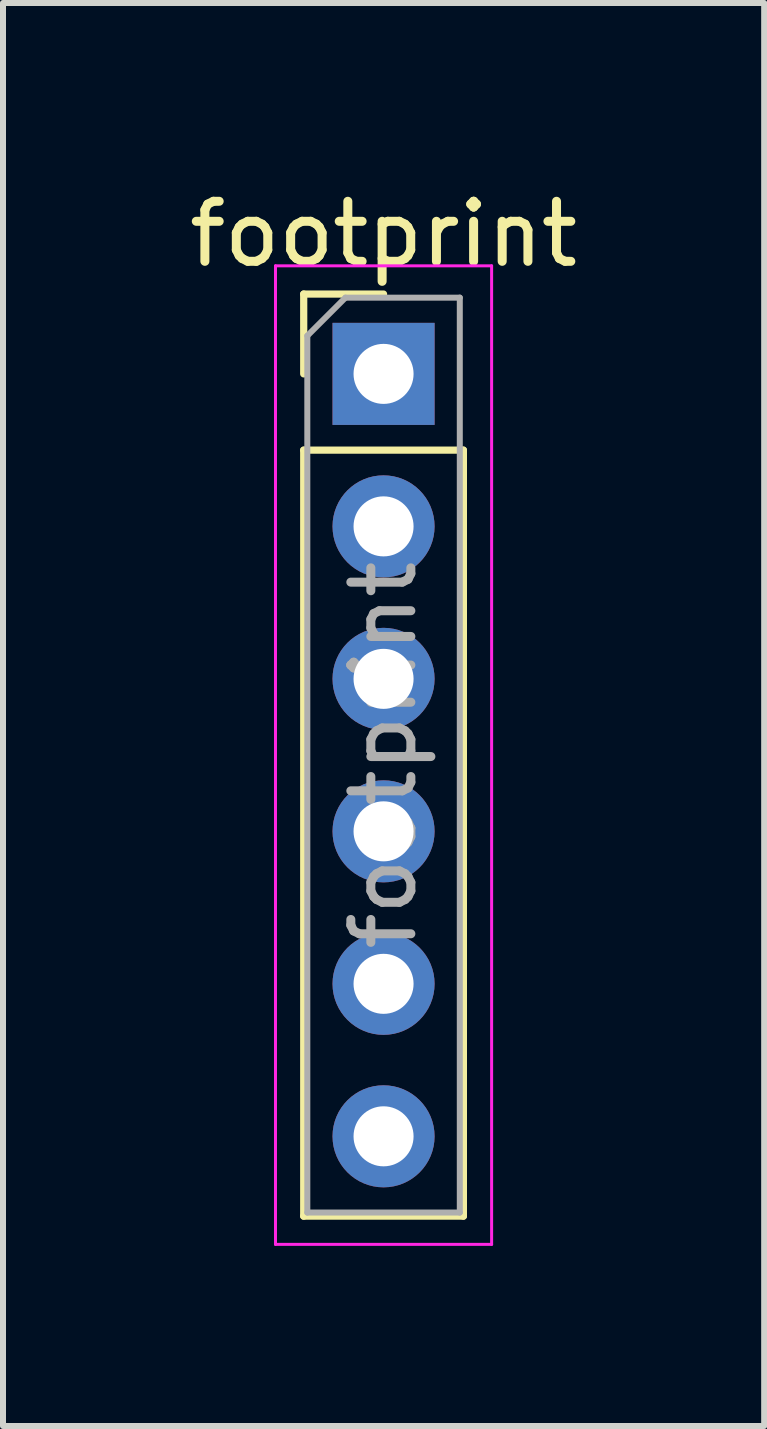
<source format=kicad_pcb>
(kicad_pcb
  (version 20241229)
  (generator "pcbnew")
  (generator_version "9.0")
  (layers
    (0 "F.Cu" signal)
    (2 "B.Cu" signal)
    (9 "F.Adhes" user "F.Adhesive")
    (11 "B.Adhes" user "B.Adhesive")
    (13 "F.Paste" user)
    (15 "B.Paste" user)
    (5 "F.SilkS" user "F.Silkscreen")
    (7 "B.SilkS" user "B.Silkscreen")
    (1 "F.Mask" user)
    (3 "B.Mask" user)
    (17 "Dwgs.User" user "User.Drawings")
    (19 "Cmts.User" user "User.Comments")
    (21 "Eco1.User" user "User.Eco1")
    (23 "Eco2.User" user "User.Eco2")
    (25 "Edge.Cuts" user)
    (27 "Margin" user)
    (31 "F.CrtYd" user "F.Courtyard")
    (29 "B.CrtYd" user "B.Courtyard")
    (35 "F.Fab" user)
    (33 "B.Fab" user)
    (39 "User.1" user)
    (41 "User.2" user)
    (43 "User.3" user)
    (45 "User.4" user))
  (footprint "footprint"
    (layer "F.Cu")
    (at 3.339 3.178)
    (property "Reference" "footprint" (at 0 -2.33 0) (layer "F.SilkS") (effects (font (size 1 1) (thickness 0.15))))
    (attr through_hole)
    (fp_line (start -1.33 -1.33) (end 0 -1.33) (stroke (width 0.12) (type solid)) (layer "F.SilkS"))
    (fp_line (start -1.33 0) (end -1.33 -1.33) (stroke (width 0.12) (type solid)) (layer "F.SilkS"))
    (fp_line (start -1.33 1.27) (end -1.33 14.03) (stroke (width 0.12) (type solid)) (layer "F.SilkS"))
    (fp_line (start -1.33 1.27) (end 1.33 1.27) (stroke (width 0.12) (type solid)) (layer "F.SilkS"))
    (fp_line (start -1.33 14.03) (end 1.33 14.03) (stroke (width 0.12) (type solid)) (layer "F.SilkS"))
    (fp_line (start 1.33 1.27) (end 1.33 14.03) (stroke (width 0.12) (type solid)) (layer "F.SilkS"))
    (fp_line (start -1.8 -1.8) (end -1.8 14.5) (stroke (width 0.05) (type solid)) (layer "F.CrtYd"))
    (fp_line (start -1.8 14.5) (end 1.8 14.5) (stroke (width 0.05) (type solid)) (layer "F.CrtYd"))
    (fp_line (start 1.8 -1.8) (end -1.8 -1.8) (stroke (width 0.05) (type solid)) (layer "F.CrtYd"))
    (fp_line (start 1.8 14.5) (end 1.8 -1.8) (stroke (width 0.05) (type solid)) (layer "F.CrtYd"))
    (fp_line (start -1.27 -0.635) (end -0.635 -1.27) (stroke (width 0.1) (type solid)) (layer "F.Fab"))
    (fp_line (start -1.27 13.97) (end -1.27 -0.635) (stroke (width 0.1) (type solid)) (layer "F.Fab"))
    (fp_line (start -0.635 -1.27) (end 1.27 -1.27) (stroke (width 0.1) (type solid)) (layer "F.Fab"))
    (fp_line (start 1.27 -1.27) (end 1.27 13.97) (stroke (width 0.1) (type solid)) (layer "F.Fab"))
    (fp_line (start 1.27 13.97) (end -1.27 13.97) (stroke (width 0.1) (type solid)) (layer "F.Fab"))
    (fp_text user "${REFERENCE}" (at 0 6.35 90) (layer "F.Fab") (effects (font (size 1 1) (thickness 0.15))))
    (pad "1" thru_hole rect (at 0 0) (size 1.7 1.7) (drill 1) (layers "*.Cu" "*.Mask"))
    (pad "2" thru_hole oval (at 0 2.54) (size 1.7 1.7) (drill 1) (layers "*.Cu" "*.Mask"))
    (pad "3" thru_hole oval (at 0 5.08) (size 1.7 1.7) (drill 1) (layers "*.Cu" "*.Mask"))
    (pad "4" thru_hole oval (at 0 7.62) (size 1.7 1.7) (drill 1) (layers "*.Cu" "*.Mask"))
    (pad "5" thru_hole oval (at 0 10.16) (size 1.7 1.7) (drill 1) (layers "*.Cu" "*.Mask"))
    (pad "6" thru_hole oval (at 0 12.7) (size 1.7 1.7) (drill 1) (layers "*.Cu" "*.Mask")))
  (gr_rect
    (start -3 -3)
    (end 9.679 20.703)
    (stroke (width 0.1) (type default))
    (fill no)
    (layer "Edge.Cuts")))
</source>
